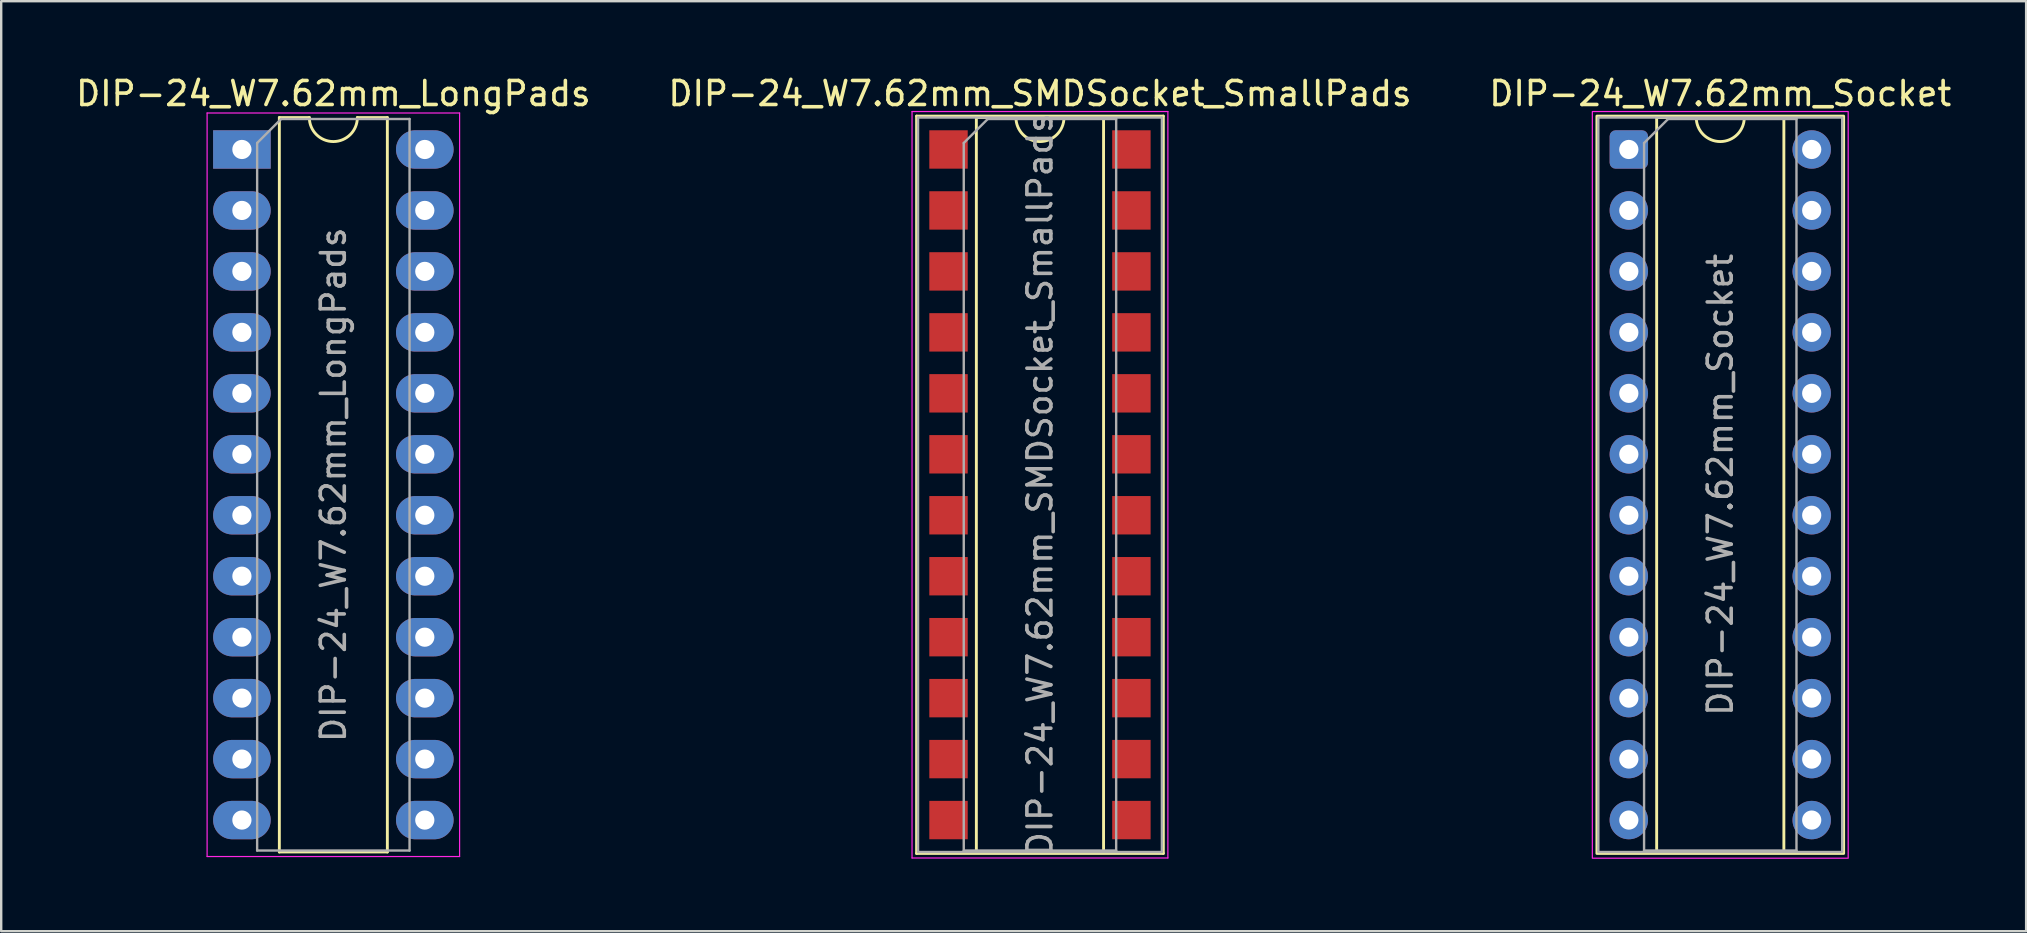
<source format=kicad_pcb>
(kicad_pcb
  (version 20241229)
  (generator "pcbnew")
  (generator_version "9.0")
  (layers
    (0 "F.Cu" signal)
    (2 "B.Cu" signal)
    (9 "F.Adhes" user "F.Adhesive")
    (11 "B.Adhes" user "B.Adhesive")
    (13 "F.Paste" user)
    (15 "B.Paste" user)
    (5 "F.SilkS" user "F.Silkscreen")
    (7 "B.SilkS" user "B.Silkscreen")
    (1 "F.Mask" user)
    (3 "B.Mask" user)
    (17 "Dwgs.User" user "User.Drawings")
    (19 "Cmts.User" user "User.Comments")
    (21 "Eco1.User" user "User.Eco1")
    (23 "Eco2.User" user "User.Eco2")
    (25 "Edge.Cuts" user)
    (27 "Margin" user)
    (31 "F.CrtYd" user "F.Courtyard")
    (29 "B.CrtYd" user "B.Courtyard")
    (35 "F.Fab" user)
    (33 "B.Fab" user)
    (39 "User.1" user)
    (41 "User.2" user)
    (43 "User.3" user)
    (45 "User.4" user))
  (footprint "DIP-24_W7.62mm_LongPads"
    (layer "F.Cu")
    (at 7.029 3.178)
    (property "Reference" "DIP-24_W7.62mm_LongPads" (at 3.81 -2.33 0) (layer "F.SilkS") (effects (font (size 1 1) (thickness 0.15))))
    (attr through_hole)
    (fp_line (start 1.56 -1.33) (end 1.56 29.27) (stroke (width 0.12) (type solid)) (layer "F.SilkS"))
    (fp_line (start 1.56 29.27) (end 6.06 29.27) (stroke (width 0.12) (type solid)) (layer "F.SilkS"))
    (fp_line (start 2.81 -1.33) (end 1.56 -1.33) (stroke (width 0.12) (type solid)) (layer "F.SilkS"))
    (fp_line (start 6.06 -1.33) (end 4.81 -1.33) (stroke (width 0.12) (type solid)) (layer "F.SilkS"))
    (fp_line (start 6.06 29.27) (end 6.06 -1.33) (stroke (width 0.12) (type solid)) (layer "F.SilkS"))
    (fp_arc (start 4.81 -1.33) (mid 3.81 -0.33) (end 2.81 -1.33) (stroke (width 0.12) (type solid)) (layer "F.SilkS"))
    (fp_line (start -1.45 -1.52) (end -1.45 29.46) (stroke (width 0.05) (type solid)) (layer "F.CrtYd"))
    (fp_line (start -1.45 29.46) (end 9.07 29.46) (stroke (width 0.05) (type solid)) (layer "F.CrtYd"))
    (fp_line (start 9.07 -1.52) (end -1.45 -1.52) (stroke (width 0.05) (type solid)) (layer "F.CrtYd"))
    (fp_line (start 9.07 29.46) (end 9.07 -1.52) (stroke (width 0.05) (type solid)) (layer "F.CrtYd"))
    (fp_line (start 0.635 -0.27) (end 1.635 -1.27) (stroke (width 0.1) (type solid)) (layer "F.Fab"))
    (fp_line (start 0.635 29.21) (end 0.635 -0.27) (stroke (width 0.1) (type solid)) (layer "F.Fab"))
    (fp_line (start 1.635 -1.27) (end 6.985 -1.27) (stroke (width 0.1) (type solid)) (layer "F.Fab"))
    (fp_line (start 6.985 -1.27) (end 6.985 29.21) (stroke (width 0.1) (type solid)) (layer "F.Fab"))
    (fp_line (start 6.985 29.21) (end 0.635 29.21) (stroke (width 0.1) (type solid)) (layer "F.Fab"))
    (fp_text user "${REFERENCE}" (at 3.81 13.97 90) (layer "F.Fab") (effects (font (size 1 1) (thickness 0.15))))
    (pad "1" thru_hole rect (at 0 0) (size 2.4 1.6) (drill 0.8) (layers "*.Cu" "*.Mask"))
    (pad "2" thru_hole oval (at 0 2.54) (size 2.4 1.6) (drill 0.8) (layers "*.Cu" "*.Mask"))
    (pad "3" thru_hole oval (at 0 5.08) (size 2.4 1.6) (drill 0.8) (layers "*.Cu" "*.Mask"))
    (pad "4" thru_hole oval (at 0 7.62) (size 2.4 1.6) (drill 0.8) (layers "*.Cu" "*.Mask"))
    (pad "5" thru_hole oval (at 0 10.16) (size 2.4 1.6) (drill 0.8) (layers "*.Cu" "*.Mask"))
    (pad "6" thru_hole oval (at 0 12.7) (size 2.4 1.6) (drill 0.8) (layers "*.Cu" "*.Mask"))
    (pad "7" thru_hole oval (at 0 15.24) (size 2.4 1.6) (drill 0.8) (layers "*.Cu" "*.Mask"))
    (pad "8" thru_hole oval (at 0 17.78) (size 2.4 1.6) (drill 0.8) (layers "*.Cu" "*.Mask"))
    (pad "9" thru_hole oval (at 0 20.32) (size 2.4 1.6) (drill 0.8) (layers "*.Cu" "*.Mask"))
    (pad "10" thru_hole oval (at 0 22.86) (size 2.4 1.6) (drill 0.8) (layers "*.Cu" "*.Mask"))
    (pad "11" thru_hole oval (at 0 25.4) (size 2.4 1.6) (drill 0.8) (layers "*.Cu" "*.Mask"))
    (pad "12" thru_hole oval (at 0 27.94) (size 2.4 1.6) (drill 0.8) (layers "*.Cu" "*.Mask"))
    (pad "13" thru_hole oval (at 7.62 27.94) (size 2.4 1.6) (drill 0.8) (layers "*.Cu" "*.Mask"))
    (pad "14" thru_hole oval (at 7.62 25.4) (size 2.4 1.6) (drill 0.8) (layers "*.Cu" "*.Mask"))
    (pad "15" thru_hole oval (at 7.62 22.86) (size 2.4 1.6) (drill 0.8) (layers "*.Cu" "*.Mask"))
    (pad "16" thru_hole oval (at 7.62 20.32) (size 2.4 1.6) (drill 0.8) (layers "*.Cu" "*.Mask"))
    (pad "17" thru_hole oval (at 7.62 17.78) (size 2.4 1.6) (drill 0.8) (layers "*.Cu" "*.Mask"))
    (pad "18" thru_hole oval (at 7.62 15.24) (size 2.4 1.6) (drill 0.8) (layers "*.Cu" "*.Mask"))
    (pad "19" thru_hole oval (at 7.62 12.7) (size 2.4 1.6) (drill 0.8) (layers "*.Cu" "*.Mask"))
    (pad "20" thru_hole oval (at 7.62 10.16) (size 2.4 1.6) (drill 0.8) (layers "*.Cu" "*.Mask"))
    (pad "21" thru_hole oval (at 7.62 7.62) (size 2.4 1.6) (drill 0.8) (layers "*.Cu" "*.Mask"))
    (pad "22" thru_hole oval (at 7.62 5.08) (size 2.4 1.6) (drill 0.8) (layers "*.Cu" "*.Mask"))
    (pad "23" thru_hole oval (at 7.62 2.54) (size 2.4 1.6) (drill 0.8) (layers "*.Cu" "*.Mask"))
    (pad "24" thru_hole oval (at 7.62 0) (size 2.4 1.6) (drill 0.8) (layers "*.Cu" "*.Mask")))
  (footprint "DIP-24_W7.62mm_Socket"
    (layer "F.Cu")
    (at 64.815 3.178)
    (property "Reference" "DIP-24_W7.62mm_Socket" (at 3.81 -2.33 0) (layer "F.SilkS") (effects (font (size 1 1) (thickness 0.15))))
    (attr through_hole)
    (fp_line (start 1.16 -1.33) (end 1.16 29.27) (stroke (width 0.12) (type solid)) (layer "F.SilkS"))
    (fp_line (start 1.16 29.27) (end 6.46 29.27) (stroke (width 0.12) (type solid)) (layer "F.SilkS"))
    (fp_line (start 2.81 -1.33) (end 1.16 -1.33) (stroke (width 0.12) (type solid)) (layer "F.SilkS"))
    (fp_line (start 6.46 -1.33) (end 4.81 -1.33) (stroke (width 0.12) (type solid)) (layer "F.SilkS"))
    (fp_line (start 6.46 29.27) (end 6.46 -1.33) (stroke (width 0.12) (type solid)) (layer "F.SilkS"))
    (fp_rect (start -1.33 -1.39) (end 8.95 29.33) (stroke (width 0.12) (type solid)) (fill no) (layer "F.SilkS"))
    (fp_arc (start 4.81 -1.33) (mid 3.81 -0.33) (end 2.81 -1.33) (stroke (width 0.12) (type solid)) (layer "F.SilkS"))
    (fp_rect (start -1.52 -1.58) (end 9.14 29.53) (stroke (width 0.05) (type solid)) (fill no) (layer "F.CrtYd"))
    (fp_line (start 0.635 -0.27) (end 1.635 -1.27) (stroke (width 0.1) (type solid)) (layer "F.Fab"))
    (fp_line (start 0.635 29.21) (end 0.635 -0.27) (stroke (width 0.1) (type solid)) (layer "F.Fab"))
    (fp_line (start 1.635 -1.27) (end 6.985 -1.27) (stroke (width 0.1) (type solid)) (layer "F.Fab"))
    (fp_line (start 6.985 -1.27) (end 6.985 29.21) (stroke (width 0.1) (type solid)) (layer "F.Fab"))
    (fp_line (start 6.985 29.21) (end 0.635 29.21) (stroke (width 0.1) (type solid)) (layer "F.Fab"))
    (fp_rect (start -1.27 -1.33) (end 8.89 29.27) (stroke (width 0.1) (type solid)) (fill no) (layer "F.Fab"))
    (fp_text user "${REFERENCE}" (at 3.81 13.97 90) (layer "F.Fab") (effects (font (size 1 1) (thickness 0.15))))
    (pad "1" thru_hole roundrect (at 0 0) (size 1.6 1.6) (drill 0.8) (layers "*.Cu" "*.Mask") (roundrect_rratio 0.156))
    (pad "2" thru_hole circle (at 0 2.54) (size 1.6 1.6) (drill 0.8) (layers "*.Cu" "*.Mask"))
    (pad "3" thru_hole circle (at 0 5.08) (size 1.6 1.6) (drill 0.8) (layers "*.Cu" "*.Mask"))
    (pad "4" thru_hole circle (at 0 7.62) (size 1.6 1.6) (drill 0.8) (layers "*.Cu" "*.Mask"))
    (pad "5" thru_hole circle (at 0 10.16) (size 1.6 1.6) (drill 0.8) (layers "*.Cu" "*.Mask"))
    (pad "6" thru_hole circle (at 0 12.7) (size 1.6 1.6) (drill 0.8) (layers "*.Cu" "*.Mask"))
    (pad "7" thru_hole circle (at 0 15.24) (size 1.6 1.6) (drill 0.8) (layers "*.Cu" "*.Mask"))
    (pad "8" thru_hole circle (at 0 17.78) (size 1.6 1.6) (drill 0.8) (layers "*.Cu" "*.Mask"))
    (pad "9" thru_hole circle (at 0 20.32) (size 1.6 1.6) (drill 0.8) (layers "*.Cu" "*.Mask"))
    (pad "10" thru_hole circle (at 0 22.86) (size 1.6 1.6) (drill 0.8) (layers "*.Cu" "*.Mask"))
    (pad "11" thru_hole circle (at 0 25.4) (size 1.6 1.6) (drill 0.8) (layers "*.Cu" "*.Mask"))
    (pad "12" thru_hole circle (at 0 27.94) (size 1.6 1.6) (drill 0.8) (layers "*.Cu" "*.Mask"))
    (pad "13" thru_hole circle (at 7.62 27.94) (size 1.6 1.6) (drill 0.8) (layers "*.Cu" "*.Mask"))
    (pad "14" thru_hole circle (at 7.62 25.4) (size 1.6 1.6) (drill 0.8) (layers "*.Cu" "*.Mask"))
    (pad "15" thru_hole circle (at 7.62 22.86) (size 1.6 1.6) (drill 0.8) (layers "*.Cu" "*.Mask"))
    (pad "16" thru_hole circle (at 7.62 20.32) (size 1.6 1.6) (drill 0.8) (layers "*.Cu" "*.Mask"))
    (pad "17" thru_hole circle (at 7.62 17.78) (size 1.6 1.6) (drill 0.8) (layers "*.Cu" "*.Mask"))
    (pad "18" thru_hole circle (at 7.62 15.24) (size 1.6 1.6) (drill 0.8) (layers "*.Cu" "*.Mask"))
    (pad "19" thru_hole circle (at 7.62 12.7) (size 1.6 1.6) (drill 0.8) (layers "*.Cu" "*.Mask"))
    (pad "20" thru_hole circle (at 7.62 10.16) (size 1.6 1.6) (drill 0.8) (layers "*.Cu" "*.Mask"))
    (pad "21" thru_hole circle (at 7.62 7.62) (size 1.6 1.6) (drill 0.8) (layers "*.Cu" "*.Mask"))
    (pad "22" thru_hole circle (at 7.62 5.08) (size 1.6 1.6) (drill 0.8) (layers "*.Cu" "*.Mask"))
    (pad "23" thru_hole circle (at 7.62 2.54) (size 1.6 1.6) (drill 0.8) (layers "*.Cu" "*.Mask"))
    (pad "24" thru_hole circle (at 7.62 0) (size 1.6 1.6) (drill 0.8) (layers "*.Cu" "*.Mask")))
  (footprint "DIP-24_W7.62mm_SMDSocket_SmallPads"
    (layer "F.Cu")
    (at 40.28 17.148)
    (property "Reference" "DIP-24_W7.62mm_SMDSocket_SmallPads" (at 0 -16.3 0) (layer "F.SilkS") (effects (font (size 1 1) (thickness 0.15))))
    (attr smd)
    (fp_line (start -5.14 -15.36) (end -5.14 15.36) (stroke (width 0.12) (type solid)) (layer "F.SilkS"))
    (fp_line (start -5.14 15.36) (end 5.14 15.36) (stroke (width 0.12) (type solid)) (layer "F.SilkS"))
    (fp_line (start -2.65 -15.3) (end -2.65 15.3) (stroke (width 0.12) (type solid)) (layer "F.SilkS"))
    (fp_line (start -2.65 15.3) (end 2.65 15.3) (stroke (width 0.12) (type solid)) (layer "F.SilkS"))
    (fp_line (start -1 -15.3) (end -2.65 -15.3) (stroke (width 0.12) (type solid)) (layer "F.SilkS"))
    (fp_line (start 2.65 -15.3) (end 1 -15.3) (stroke (width 0.12) (type solid)) (layer "F.SilkS"))
    (fp_line (start 2.65 15.3) (end 2.65 -15.3) (stroke (width 0.12) (type solid)) (layer "F.SilkS"))
    (fp_line (start 5.14 -15.36) (end -5.14 -15.36) (stroke (width 0.12) (type solid)) (layer "F.SilkS"))
    (fp_line (start 5.14 15.36) (end 5.14 -15.36) (stroke (width 0.12) (type solid)) (layer "F.SilkS"))
    (fp_arc (start 1 -15.3) (mid 0 -14.3) (end -1 -15.3) (stroke (width 0.12) (type solid)) (layer "F.SilkS"))
    (fp_line (start -5.33 -15.55) (end -5.33 15.55) (stroke (width 0.05) (type solid)) (layer "F.CrtYd"))
    (fp_line (start -5.33 15.55) (end 5.33 15.55) (stroke (width 0.05) (type solid)) (layer "F.CrtYd"))
    (fp_line (start 5.33 -15.55) (end -5.33 -15.55) (stroke (width 0.05) (type solid)) (layer "F.CrtYd"))
    (fp_line (start 5.33 15.55) (end 5.33 -15.55) (stroke (width 0.05) (type solid)) (layer "F.CrtYd"))
    (fp_line (start -5.08 -15.3) (end -5.08 15.3) (stroke (width 0.1) (type solid)) (layer "F.Fab"))
    (fp_line (start -5.08 15.3) (end 5.08 15.3) (stroke (width 0.1) (type solid)) (layer "F.Fab"))
    (fp_line (start -3.175 -14.24) (end -2.175 -15.24) (stroke (width 0.1) (type solid)) (layer "F.Fab"))
    (fp_line (start -3.175 15.24) (end -3.175 -14.24) (stroke (width 0.1) (type solid)) (layer "F.Fab"))
    (fp_line (start -2.175 -15.24) (end 3.175 -15.24) (stroke (width 0.1) (type solid)) (layer "F.Fab"))
    (fp_line (start 3.175 -15.24) (end 3.175 15.24) (stroke (width 0.1) (type solid)) (layer "F.Fab"))
    (fp_line (start 3.175 15.24) (end -3.175 15.24) (stroke (width 0.1) (type solid)) (layer "F.Fab"))
    (fp_line (start 5.08 -15.3) (end -5.08 -15.3) (stroke (width 0.1) (type solid)) (layer "F.Fab"))
    (fp_line (start 5.08 15.3) (end 5.08 -15.3) (stroke (width 0.1) (type solid)) (layer "F.Fab"))
    (fp_text user "${REFERENCE}" (at 0 0 90) (layer "F.Fab") (effects (font (size 1 1) (thickness 0.15))))
    (pad "1" smd rect (at -3.81 -13.97) (size 1.6 1.6) (layers "F.Cu" "F.Mask" "F.Paste"))
    (pad "2" smd rect (at -3.81 -11.43) (size 1.6 1.6) (layers "F.Cu" "F.Mask" "F.Paste"))
    (pad "3" smd rect (at -3.81 -8.89) (size 1.6 1.6) (layers "F.Cu" "F.Mask" "F.Paste"))
    (pad "4" smd rect (at -3.81 -6.35) (size 1.6 1.6) (layers "F.Cu" "F.Mask" "F.Paste"))
    (pad "5" smd rect (at -3.81 -3.81) (size 1.6 1.6) (layers "F.Cu" "F.Mask" "F.Paste"))
    (pad "6" smd rect (at -3.81 -1.27) (size 1.6 1.6) (layers "F.Cu" "F.Mask" "F.Paste"))
    (pad "7" smd rect (at -3.81 1.27) (size 1.6 1.6) (layers "F.Cu" "F.Mask" "F.Paste"))
    (pad "8" smd rect (at -3.81 3.81) (size 1.6 1.6) (layers "F.Cu" "F.Mask" "F.Paste"))
    (pad "9" smd rect (at -3.81 6.35) (size 1.6 1.6) (layers "F.Cu" "F.Mask" "F.Paste"))
    (pad "10" smd rect (at -3.81 8.89) (size 1.6 1.6) (layers "F.Cu" "F.Mask" "F.Paste"))
    (pad "11" smd rect (at -3.81 11.43) (size 1.6 1.6) (layers "F.Cu" "F.Mask" "F.Paste"))
    (pad "12" smd rect (at -3.81 13.97) (size 1.6 1.6) (layers "F.Cu" "F.Mask" "F.Paste"))
    (pad "13" smd rect (at 3.81 13.97) (size 1.6 1.6) (layers "F.Cu" "F.Mask" "F.Paste"))
    (pad "14" smd rect (at 3.81 11.43) (size 1.6 1.6) (layers "F.Cu" "F.Mask" "F.Paste"))
    (pad "15" smd rect (at 3.81 8.89) (size 1.6 1.6) (layers "F.Cu" "F.Mask" "F.Paste"))
    (pad "16" smd rect (at 3.81 6.35) (size 1.6 1.6) (layers "F.Cu" "F.Mask" "F.Paste"))
    (pad "17" smd rect (at 3.81 3.81) (size 1.6 1.6) (layers "F.Cu" "F.Mask" "F.Paste"))
    (pad "18" smd rect (at 3.81 1.27) (size 1.6 1.6) (layers "F.Cu" "F.Mask" "F.Paste"))
    (pad "19" smd rect (at 3.81 -1.27) (size 1.6 1.6) (layers "F.Cu" "F.Mask" "F.Paste"))
    (pad "20" smd rect (at 3.81 -3.81) (size 1.6 1.6) (layers "F.Cu" "F.Mask" "F.Paste"))
    (pad "21" smd rect (at 3.81 -6.35) (size 1.6 1.6) (layers "F.Cu" "F.Mask" "F.Paste"))
    (pad "22" smd rect (at 3.81 -8.89) (size 1.6 1.6) (layers "F.Cu" "F.Mask" "F.Paste"))
    (pad "23" smd rect (at 3.81 -11.43) (size 1.6 1.6) (layers "F.Cu" "F.Mask" "F.Paste"))
    (pad "24" smd rect (at 3.81 -13.97) (size 1.6 1.6) (layers "F.Cu" "F.Mask" "F.Paste")))
  (gr_rect
    (start -3 -3)
    (end 81.369 35.749)
    (stroke (width 0.1) (type default))
    (fill no)
    (layer "Edge.Cuts")))
</source>
